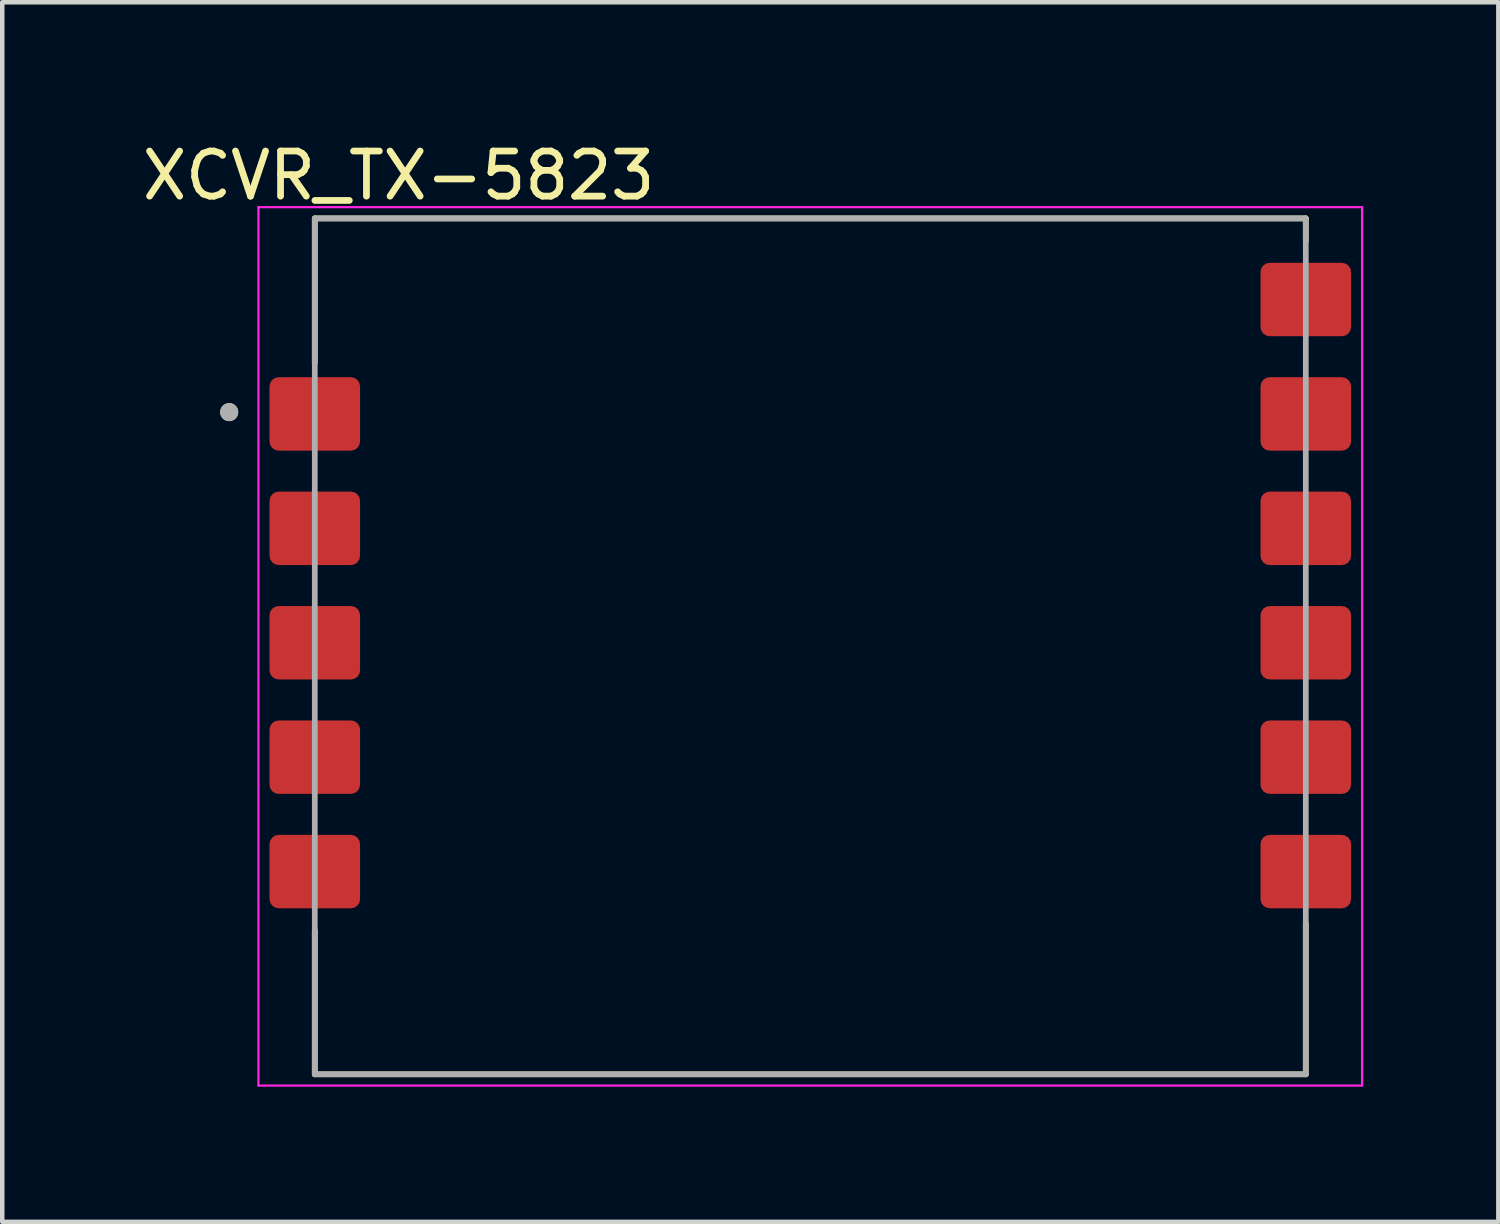
<source format=kicad_pcb>
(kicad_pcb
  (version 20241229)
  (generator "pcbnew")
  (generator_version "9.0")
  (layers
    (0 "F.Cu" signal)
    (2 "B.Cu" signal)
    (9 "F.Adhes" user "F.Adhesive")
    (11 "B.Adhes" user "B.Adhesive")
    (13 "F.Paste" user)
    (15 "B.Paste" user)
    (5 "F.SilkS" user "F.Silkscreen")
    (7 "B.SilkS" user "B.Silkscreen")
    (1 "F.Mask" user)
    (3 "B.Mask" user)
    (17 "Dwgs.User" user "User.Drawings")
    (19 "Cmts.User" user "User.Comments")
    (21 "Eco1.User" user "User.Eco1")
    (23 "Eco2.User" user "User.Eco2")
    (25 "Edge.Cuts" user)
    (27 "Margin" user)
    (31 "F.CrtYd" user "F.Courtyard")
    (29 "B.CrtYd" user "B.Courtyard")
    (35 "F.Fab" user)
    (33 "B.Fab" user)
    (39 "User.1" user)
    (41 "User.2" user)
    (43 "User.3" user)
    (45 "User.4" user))
  (footprint "XCVR_TX-5823"
    (layer "F.Cu")
    (at 14.938 11.299)
    (property "Reference" "XCVR_TX-5823" (at -9.138 -10.45 0) (layer "F.SilkS") (effects (font (size 1.001 1.001) (thickness 0.15))))
    (attr smd)
    (fp_line (start -11 -9.5) (end 11 -9.5) (stroke (width 0.127) (type solid)) (layer "F.SilkS"))
    (fp_line (start -11 -6.3) (end -11 -9.5) (stroke (width 0.127) (type solid)) (layer "F.SilkS"))
    (fp_line (start -11 6.3) (end -11 9.5) (stroke (width 0.127) (type solid)) (layer "F.SilkS"))
    (fp_line (start -11 9.5) (end 11 9.5) (stroke (width 0.127) (type solid)) (layer "F.SilkS"))
    (fp_line (start 11 -9.5) (end 11 -9) (stroke (width 0.127) (type solid)) (layer "F.SilkS"))
    (fp_line (start 11 9.5) (end 11 6.15) (stroke (width 0.127) (type solid)) (layer "F.SilkS"))
    (fp_circle (center -12.9 -5.2) (end -12.8 -5.2) (stroke (width 0.2) (type solid)) (fill no) (layer "F.SilkS"))
    (fp_line (start -12.25 -9.75) (end 12.25 -9.75) (stroke (width 0.05) (type solid)) (layer "F.CrtYd"))
    (fp_line (start -12.25 9.75) (end -12.25 -9.75) (stroke (width 0.05) (type solid)) (layer "F.CrtYd"))
    (fp_line (start 12.25 -9.75) (end 12.25 9.75) (stroke (width 0.05) (type solid)) (layer "F.CrtYd"))
    (fp_line (start 12.25 9.75) (end -12.25 9.75) (stroke (width 0.05) (type solid)) (layer "F.CrtYd"))
    (fp_line (start -11 -9.5) (end 11 -9.5) (stroke (width 0.127) (type solid)) (layer "F.Fab"))
    (fp_line (start -11 9.5) (end -11 -9.5) (stroke (width 0.127) (type solid)) (layer "F.Fab"))
    (fp_line (start 11 -9.5) (end 11 9.5) (stroke (width 0.127) (type solid)) (layer "F.Fab"))
    (fp_line (start 11 9.5) (end -11 9.5) (stroke (width 0.127) (type solid)) (layer "F.Fab"))
    (fp_circle (center -12.9 -5.2) (end -12.8 -5.2) (stroke (width 0.2) (type solid)) (fill no) (layer "F.Fab"))
    (pad "1" smd roundrect (at -11 -5.16) (size 2.01 1.63) (layers "F.Cu" "F.Mask" "F.Paste") (roundrect_rratio 0.125))
    (pad "2" smd roundrect (at -11 -2.62) (size 2.01 1.63) (layers "F.Cu" "F.Mask" "F.Paste") (roundrect_rratio 0.125))
    (pad "3" smd roundrect (at -11 -0.08) (size 2.01 1.63) (layers "F.Cu" "F.Mask" "F.Paste") (roundrect_rratio 0.125))
    (pad "4" smd roundrect (at -11 2.46) (size 2.01 1.63) (layers "F.Cu" "F.Mask" "F.Paste") (roundrect_rratio 0.125))
    (pad "5" smd roundrect (at -11 5) (size 2.01 1.63) (layers "F.Cu" "F.Mask" "F.Paste") (roundrect_rratio 0.125))
    (pad "6" smd roundrect (at 11 5) (size 2.01 1.63) (layers "F.Cu" "F.Mask" "F.Paste") (roundrect_rratio 0.125))
    (pad "7" smd roundrect (at 11 2.46) (size 2.01 1.63) (layers "F.Cu" "F.Mask" "F.Paste") (roundrect_rratio 0.125))
    (pad "8" smd roundrect (at 11 -0.08) (size 2.01 1.63) (layers "F.Cu" "F.Mask" "F.Paste") (roundrect_rratio 0.125))
    (pad "9" smd roundrect (at 11 -2.62) (size 2.01 1.63) (layers "F.Cu" "F.Mask" "F.Paste") (roundrect_rratio 0.125))
    (pad "10" smd roundrect (at 11 -5.16) (size 2.01 1.63) (layers "F.Cu" "F.Mask" "F.Paste") (roundrect_rratio 0.125))
    (pad "11" smd roundrect (at 11 -7.7) (size 2.01 1.63) (layers "F.Cu" "F.Mask" "F.Paste") (roundrect_rratio 0.125)))
  (gr_rect
    (start -3 -3)
    (end 30.213 24.074)
    (stroke (width 0.1) (type default))
    (fill no)
    (layer "Edge.Cuts")))
</source>
